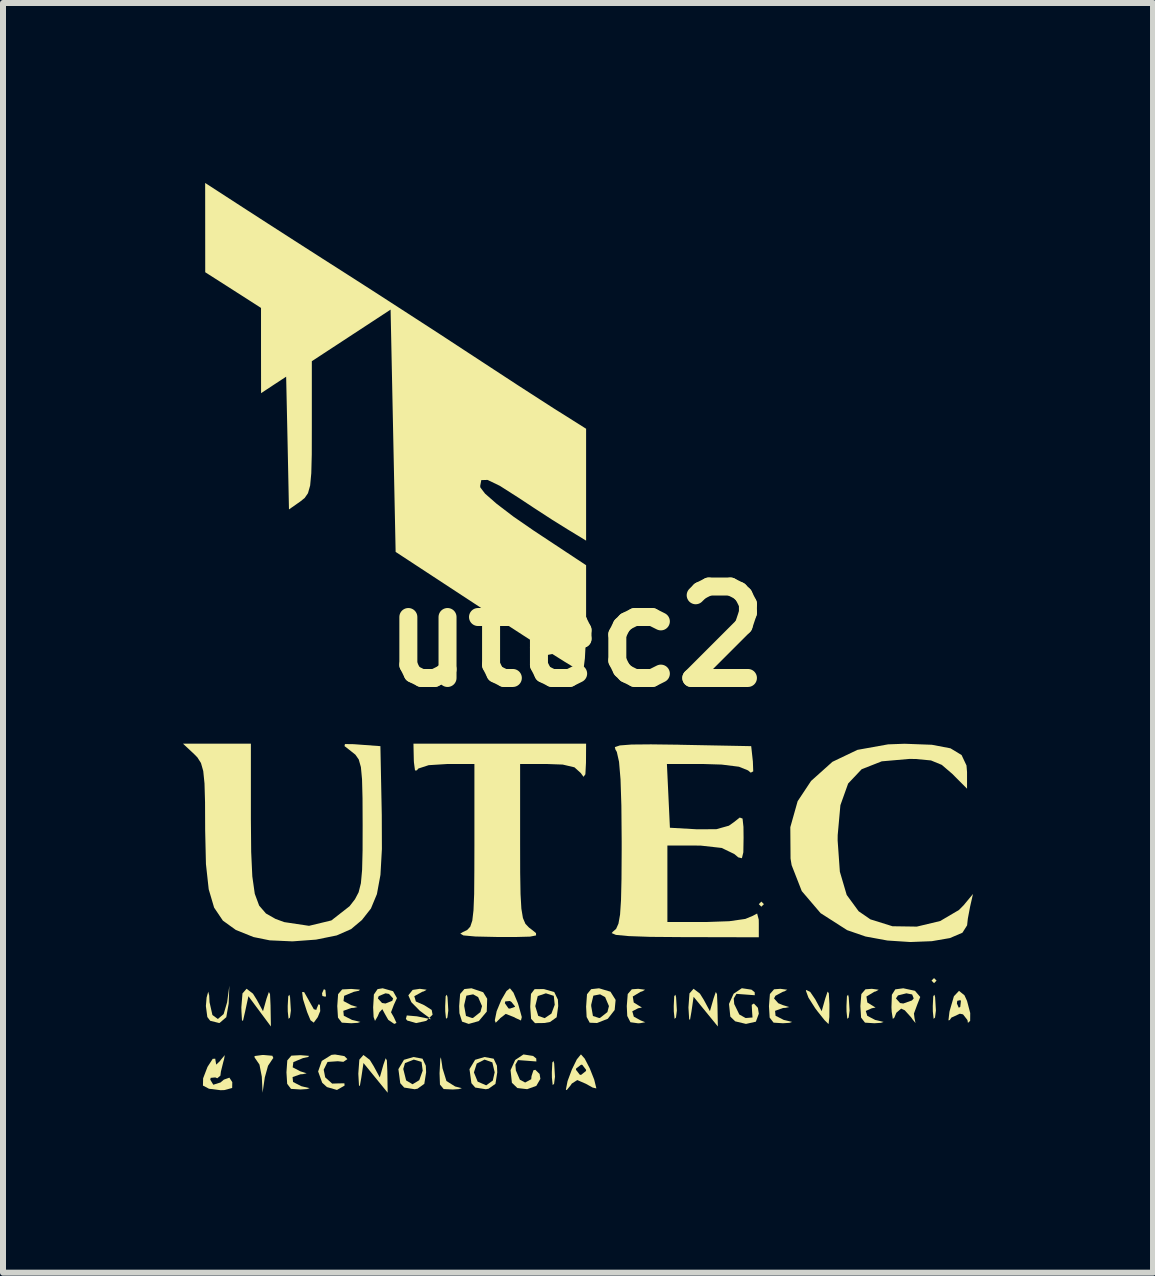
<source format=kicad_pcb>
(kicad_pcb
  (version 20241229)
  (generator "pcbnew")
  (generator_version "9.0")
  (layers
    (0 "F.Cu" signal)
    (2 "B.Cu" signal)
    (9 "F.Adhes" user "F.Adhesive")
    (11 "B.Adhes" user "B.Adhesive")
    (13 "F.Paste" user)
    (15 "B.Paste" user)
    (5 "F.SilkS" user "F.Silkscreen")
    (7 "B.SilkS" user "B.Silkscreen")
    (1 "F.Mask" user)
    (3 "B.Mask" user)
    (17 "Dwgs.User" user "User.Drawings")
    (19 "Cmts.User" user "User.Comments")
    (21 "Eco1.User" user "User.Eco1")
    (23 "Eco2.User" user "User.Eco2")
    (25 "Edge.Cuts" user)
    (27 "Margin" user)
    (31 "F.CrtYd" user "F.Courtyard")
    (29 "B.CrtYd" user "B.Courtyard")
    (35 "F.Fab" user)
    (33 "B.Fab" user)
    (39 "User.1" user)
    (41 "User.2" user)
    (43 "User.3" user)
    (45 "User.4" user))
  (footprint "utec2"
    (layer "F.Cu")
    (at 6.551 7.562)
    (property "Reference" "utec2" (at 0 0 0) (layer "F.SilkS") (effects (font (size 1.524 1.524) (thickness 0.3))))
    (attr board_only exclude_from_pos_files exclude_from_bom)
    (fp_poly (pts (xy -2.413 6.379) (xy -2.459 6.369) (xy -2.444 6.355)) (stroke (width 0) (type solid)) (fill yes) (layer "F.SilkS"))
    (fp_poly (pts (xy 3.133 4.46) (xy 3.09 4.502) (xy 3.048 4.46) (xy 3.09 4.417)) (stroke (width 0) (type solid)) (fill yes) (layer "F.SilkS"))
    (fp_poly (pts (xy 6.011 5.734) (xy 5.969 5.777) (xy 5.927 5.734) (xy 5.969 5.692)) (stroke (width 0) (type solid)) (fill yes) (layer "F.SilkS"))
    (fp_poly (pts (xy -4.177 5.89) (xy -4.167 5.991) (xy -4.177 6.003) (xy -4.227 5.991) (xy -4.233 5.946) (xy -4.202 5.877)) (stroke (width 0) (type solid)) (fill yes) (layer "F.SilkS"))
    (fp_poly (pts (xy -4.766 6.011) (xy -4.752 6.233) (xy -4.768 6.351) (xy -4.791 6.371) (xy -4.804 6.249) (xy -4.805 6.159) (xy -4.796 5.994) (xy -4.777 5.969)) (stroke (width 0) (type solid)) (fill yes) (layer "F.SilkS"))
    (fp_poly (pts (xy -2.656 6.329) (xy -2.653 6.329) (xy -2.459 6.369) (xy -2.495 6.405) (xy -2.665 6.442) (xy -2.812 6.4) (xy -2.835 6.373) (xy -2.82 6.315)) (stroke (width 0) (type solid)) (fill yes) (layer "F.SilkS"))
    (fp_poly (pts (xy -2.141 6.011) (xy -2.128 6.233) (xy -2.143 6.351) (xy -2.166 6.371) (xy -2.179 6.249) (xy -2.18 6.159) (xy -2.172 5.994) (xy -2.153 5.969)) (stroke (width 0) (type solid)) (fill yes) (layer "F.SilkS"))
    (fp_poly (pts (xy -0.363 7.116) (xy -0.35 7.337) (xy -0.365 7.455) (xy -0.388 7.475) (xy -0.401 7.353) (xy -0.402 7.263) (xy -0.394 7.099) (xy -0.375 7.074)) (stroke (width 0) (type solid)) (fill yes) (layer "F.SilkS"))
    (fp_poly (pts (xy 1.669 6.011) (xy 1.682 6.233) (xy 1.667 6.351) (xy 1.644 6.371) (xy 1.631 6.249) (xy 1.63 6.159) (xy 1.638 5.994) (xy 1.657 5.969)) (stroke (width 0) (type solid)) (fill yes) (layer "F.SilkS"))
    (fp_poly (pts (xy 4.547 6.011) (xy 4.561 6.233) (xy 4.546 6.351) (xy 4.523 6.371) (xy 4.51 6.249) (xy 4.509 6.159) (xy 4.517 5.994) (xy 4.536 5.969)) (stroke (width 0) (type solid)) (fill yes) (layer "F.SilkS"))
    (fp_poly (pts (xy 5.987 6.011) (xy 6 6.233) (xy 5.985 6.351) (xy 5.962 6.371) (xy 5.949 6.249) (xy 5.948 6.159) (xy 5.956 5.994) (xy 5.975 5.969)) (stroke (width 0) (type solid)) (fill yes) (layer "F.SilkS"))
    (fp_poly (pts (xy -5.061 6.987) (xy -5.044 7.026) (xy -5.051 7.031) (xy -5.133 7.154) (xy -5.187 7.348) (xy -5.224 7.603) (xy -5.237 7.334) (xy -5.276 7.134) (xy -5.352 7.023) (xy -5.355 7.022) (xy -5.359 6.992) (xy -5.227 6.974) (xy -5.207 6.974)) (stroke (width 0) (type solid)) (fill yes) (layer "F.SilkS"))
    (fp_poly (pts (xy -2.489 5.886) (xy -2.537 5.914) (xy -2.561 5.92) (xy -2.695 5.994) (xy -2.669 6.082) (xy -2.531 6.143) (xy -2.405 6.223) (xy -2.39 6.302) (xy -2.444 6.355) (xy -2.603 6.237) (xy -2.744 6.094) (xy -2.794 5.979) (xy -2.722 5.889) (xy -2.603 5.871)) (stroke (width 0) (type solid)) (fill yes) (layer "F.SilkS"))
    (fp_poly (pts (xy -2.233 7.134) (xy -2.225 7.194) (xy -2.159 7.408) (xy -2.014 7.499) (xy -2.006 7.501) (xy -1.902 7.528) (xy -1.954 7.543) (xy -2.053 7.549) (xy -2.205 7.542) (xy -2.267 7.467) (xy -2.274 7.277) (xy -2.272 7.242) (xy -2.262 7.046) (xy -2.252 7.012)) (stroke (width 0) (type solid)) (fill yes) (layer "F.SilkS"))
    (fp_poly (pts (xy -4.531 5.926) (xy -4.451 6.067) (xy -4.448 6.074) (xy -4.37 6.211) (xy -4.327 6.223) (xy -4.325 6.208) (xy -4.292 6.129) (xy -4.268 6.138) (xy -4.263 6.243) (xy -4.304 6.344) (xy -4.371 6.435) (xy -4.425 6.395) (xy -4.481 6.26) (xy -4.55 6.044) (xy -4.565 5.925)) (stroke (width 0) (type solid)) (fill yes) (layer "F.SilkS"))
    (fp_poly (pts (xy -5.789 6.116) (xy -5.829 6.344) (xy -5.938 6.438) (xy -5.948 6.441) (xy -6.097 6.404) (xy -6.145 6.341) (xy -6.169 6.158) (xy -6.157 6.016) (xy -6.13 5.919) (xy -6.114 5.98) (xy -6.108 6.095) (xy -6.06 6.308) (xy -5.969 6.374) (xy -5.873 6.292) (xy -5.815 6.095) (xy -5.778 5.819)) (stroke (width 0) (type solid)) (fill yes) (layer "F.SilkS"))
    (fp_poly (pts (xy -5.384 5.952) (xy -5.321 6.053) (xy -5.217 6.244) (xy -5.157 6.031) (xy -5.119 5.924) (xy -5.1 5.959) (xy -5.091 6.15) (xy -5.091 6.159) (xy -5.085 6.499) (xy -5.46 5.994) (xy -5.514 6.246) (xy -5.549 6.398) (xy -5.567 6.403) (xy -5.576 6.25) (xy -5.578 6.18) (xy -5.559 5.948) (xy -5.491 5.87)) (stroke (width 0) (type solid)) (fill yes) (layer "F.SilkS"))
    (fp_poly (pts (xy 3.904 5.922) (xy 3.988 6.045) (xy 4.096 6.244) (xy 4.156 6.031) (xy 4.195 5.917) (xy 4.215 5.945) (xy 4.225 6.129) (xy 4.225 6.138) (xy 4.224 6.342) (xy 4.212 6.451) (xy 4.207 6.456) (xy 4.145 6.395) (xy 4.024 6.243) (xy 3.988 6.195) (xy 3.875 6.017) (xy 3.833 5.903) (xy 3.838 5.89)) (stroke (width 0) (type solid)) (fill yes) (layer "F.SilkS"))
    (fp_poly (pts (xy -3.86 6.993) (xy -3.81 7.043) (xy -3.877 7.088) (xy -3.97 7.078) (xy -4.141 7.09) (xy -4.205 7.219) (xy -4.18 7.347) (xy -4.064 7.451) (xy -3.968 7.448) (xy -3.86 7.446) (xy -3.857 7.484) (xy -3.984 7.557) (xy -4.151 7.509) (xy -4.23 7.437) (xy -4.298 7.249) (xy -4.237 7.073) (xy -4.075 6.972) (xy -4.016 6.966)) (stroke (width 0) (type solid)) (fill yes) (layer "F.SilkS"))
    (fp_poly (pts (xy -3.437 7.055) (xy -3.374 7.157) (xy -3.27 7.348) (xy -3.21 7.136) (xy -3.172 7.028) (xy -3.152 7.064) (xy -3.144 7.255) (xy -3.144 7.263) (xy -3.139 7.603) (xy -3.34 7.356) (xy -3.542 7.108) (xy -3.579 7.356) (xy -3.603 7.493) (xy -3.617 7.48) (xy -3.627 7.307) (xy -3.628 7.284) (xy -3.611 7.052) (xy -3.543 6.974)) (stroke (width 0) (type solid)) (fill yes) (layer "F.SilkS"))
    (fp_poly (pts (xy 2.066 5.951) (xy 2.13 6.053) (xy 2.233 6.244) (xy 2.294 6.031) (xy 2.331 5.924) (xy 2.351 5.959) (xy 2.359 6.151) (xy 2.359 6.159) (xy 2.365 6.499) (xy 2.163 6.251) (xy 1.961 6.004) (xy 1.925 6.251) (xy 1.901 6.389) (xy 1.887 6.376) (xy 1.876 6.202) (xy 1.875 6.18) (xy 1.892 5.948) (xy 1.96 5.87)) (stroke (width 0) (type solid)) (fill yes) (layer "F.SilkS"))
    (fp_poly (pts (xy 1.152 5.886) (xy 1.104 5.914) (xy 1.079 5.92) (xy 0.947 5.999) (xy 0.963 6.099) (xy 1.037 6.145) (xy 1.1 6.183) (xy 1.037 6.195) (xy 0.939 6.245) (xy 0.964 6.335) (xy 1.079 6.398) (xy 1.155 6.428) (xy 1.068 6.444) (xy 1.037 6.446) (xy 0.908 6.428) (xy 0.855 6.324) (xy 0.847 6.159) (xy 0.863 5.958) (xy 0.931 5.879) (xy 1.037 5.871)) (stroke (width 0) (type solid)) (fill yes) (layer "F.SilkS"))
    (fp_poly (pts (xy 5.046 5.886) (xy 4.998 5.914) (xy 4.974 5.92) (xy 4.842 5.999) (xy 4.857 6.099) (xy 4.932 6.145) (xy 4.994 6.183) (xy 4.932 6.195) (xy 4.831 6.24) (xy 4.856 6.321) (xy 4.988 6.39) (xy 5.016 6.396) (xy 5.128 6.423) (xy 5.084 6.438) (xy 4.974 6.445) (xy 4.818 6.435) (xy 4.753 6.351) (xy 4.741 6.159) (xy 4.757 5.958) (xy 4.826 5.879) (xy 4.932 5.871)) (stroke (width 0) (type solid)) (fill yes) (layer "F.SilkS"))
    (fp_poly (pts (xy -4.448 6.989) (xy -4.464 7.007) (xy -4.551 7.026) (xy -4.711 7.093) (xy -4.722 7.18) (xy -4.593 7.247) (xy -4.489 7.279) (xy -4.549 7.293) (xy -4.593 7.296) (xy -4.724 7.342) (xy -4.716 7.424) (xy -4.579 7.494) (xy -4.551 7.501) (xy -4.439 7.527) (xy -4.484 7.542) (xy -4.593 7.549) (xy -4.75 7.539) (xy -4.814 7.455) (xy -4.826 7.263) (xy -4.812 7.064) (xy -4.744 6.985) (xy -4.593 6.977)) (stroke (width 0) (type solid)) (fill yes) (layer "F.SilkS"))
    (fp_poly (pts (xy -3.601 5.885) (xy -3.617 5.903) (xy -3.704 5.921) (xy -3.864 5.988) (xy -3.875 6.075) (xy -3.747 6.143) (xy -3.642 6.175) (xy -3.702 6.188) (xy -3.747 6.191) (xy -3.878 6.238) (xy -3.87 6.32) (xy -3.732 6.39) (xy -3.704 6.396) (xy -3.593 6.423) (xy -3.637 6.438) (xy -3.747 6.445) (xy -3.903 6.435) (xy -3.967 6.351) (xy -3.979 6.159) (xy -3.965 5.96) (xy -3.897 5.881) (xy -3.747 5.873)) (stroke (width 0) (type solid)) (fill yes) (layer "F.SilkS"))
    (fp_poly (pts (xy -2.558 7.036) (xy -2.503 7.153) (xy -2.498 7.263) (xy -2.528 7.455) (xy -2.641 7.536) (xy -2.689 7.545) (xy -2.864 7.517) (xy -2.929 7.444) (xy -2.96 7.21) (xy -2.958 7.207) (xy -2.879 7.207) (xy -2.831 7.398) (xy -2.724 7.462) (xy -2.612 7.394) (xy -2.555 7.235) (xy -2.574 7.089) (xy -2.703 7.051) (xy -2.85 7.109) (xy -2.879 7.207) (xy -2.958 7.207) (xy -2.867 7.054) (xy -2.708 7.008)) (stroke (width 0) (type solid)) (fill yes) (layer "F.SilkS"))
    (fp_poly (pts (xy -0.715 6.99) (xy -0.662 7.032) (xy -0.66 7.082) (xy -0.805 7.071) (xy -0.966 7.059) (xy -1.01 7.136) (xy -1.002 7.231) (xy -0.935 7.386) (xy -0.847 7.433) (xy -0.746 7.378) (xy -0.741 7.327) (xy -0.709 7.229) (xy -0.677 7.221) (xy -0.606 7.291) (xy -0.593 7.372) (xy -0.661 7.489) (xy -0.814 7.544) (xy -0.977 7.525) (xy -1.068 7.437) (xy -1.09 7.227) (xy -1.013 7.057) (xy -0.875 6.965)) (stroke (width 0) (type solid)) (fill yes) (layer "F.SilkS"))
    (fp_poly (pts (xy 2.925 5.885) (xy 2.979 5.928) (xy 2.981 5.978) (xy 2.835 5.967) (xy 2.675 5.955) (xy 2.63 6.032) (xy 2.638 6.125) (xy 2.723 6.299) (xy 2.828 6.358) (xy 2.943 6.349) (xy 2.936 6.252) (xy 2.93 6.138) (xy 2.966 6.116) (xy 3.033 6.188) (xy 3.048 6.286) (xy 2.999 6.419) (xy 2.834 6.456) (xy 2.654 6.413) (xy 2.573 6.334) (xy 2.551 6.123) (xy 2.628 5.953) (xy 2.765 5.861)) (stroke (width 0) (type solid)) (fill yes) (layer "F.SilkS"))
    (fp_poly (pts (xy -1.547 5.928) (xy -1.48 6.036) (xy -1.487 6.251) (xy -1.62 6.409) (xy -1.788 6.456) (xy -1.899 6.418) (xy -1.943 6.277) (xy -1.947 6.159) (xy -1.863 6.159) (xy -1.833 6.324) (xy -1.73 6.358) (xy -1.714 6.355) (xy -1.593 6.259) (xy -1.566 6.159) (xy -1.631 6.009) (xy -1.714 5.963) (xy -1.827 5.985) (xy -1.862 6.136) (xy -1.863 6.159) (xy -1.947 6.159) (xy -1.931 5.957) (xy -1.86 5.875) (xy -1.741 5.862)) (stroke (width 0) (type solid)) (fill yes) (layer "F.SilkS"))
    (fp_poly (pts (xy -1.372 7.036) (xy -1.317 7.153) (xy -1.312 7.263) (xy -1.342 7.455) (xy -1.456 7.536) (xy -1.503 7.545) (xy -1.679 7.517) (xy -1.743 7.444) (xy -1.767 7.265) (xy -1.701 7.265) (xy -1.639 7.417) (xy -1.637 7.419) (xy -1.496 7.48) (xy -1.386 7.4) (xy -1.355 7.263) (xy -1.394 7.097) (xy -1.524 7.051) (xy -1.654 7.117) (xy -1.701 7.265) (xy -1.767 7.265) (xy -1.775 7.21) (xy -1.681 7.054) (xy -1.523 7.008)) (stroke (width 0) (type solid)) (fill yes) (layer "F.SilkS"))
    (fp_poly (pts (xy 3.522 5.886) (xy 3.474 5.914) (xy 3.45 5.92) (xy 3.325 5.987) (xy 3.302 6.031) (xy 3.372 6.111) (xy 3.45 6.143) (xy 3.555 6.175) (xy 3.494 6.188) (xy 3.45 6.191) (xy 3.319 6.238) (xy 3.327 6.32) (xy 3.465 6.39) (xy 3.493 6.396) (xy 3.604 6.423) (xy 3.56 6.438) (xy 3.45 6.445) (xy 3.294 6.435) (xy 3.229 6.351) (xy 3.217 6.159) (xy 3.233 5.958) (xy 3.302 5.879) (xy 3.408 5.871)) (stroke (width 0) (type solid)) (fill yes) (layer "F.SilkS"))
    (fp_poly (pts (xy 0.575 5.919) (xy 0.661 6.056) (xy 0.645 6.224) (xy 0.531 6.37) (xy 0.351 6.441) (xy 0.229 6.436) (xy 0.178 6.341) (xy 0.169 6.165) (xy 0.17 6.159) (xy 0.254 6.159) (xy 0.283 6.324) (xy 0.387 6.358) (xy 0.402 6.355) (xy 0.524 6.259) (xy 0.55 6.159) (xy 0.486 6.009) (xy 0.402 5.963) (xy 0.29 5.985) (xy 0.254 6.136) (xy 0.254 6.159) (xy 0.17 6.159) (xy 0.184 5.961) (xy 0.253 5.877) (xy 0.384 5.862)) (stroke (width 0) (type solid)) (fill yes) (layer "F.SilkS"))
    (fp_poly (pts (xy 6.476 5.979) (xy 6.519 6.073) (xy 6.572 6.274) (xy 6.571 6.405) (xy 6.534 6.439) (xy 6.526 6.392) (xy 6.452 6.297) (xy 6.399 6.286) (xy 6.258 6.351) (xy 6.23 6.392) (xy 6.209 6.397) (xy 6.224 6.268) (xy 6.228 6.244) (xy 6.265 6.116) (xy 6.35 6.116) (xy 6.381 6.186) (xy 6.406 6.173) (xy 6.417 6.072) (xy 6.406 6.06) (xy 6.356 6.071) (xy 6.35 6.116) (xy 6.265 6.116) (xy 6.3 5.995) (xy 6.385 5.905)) (stroke (width 0) (type solid)) (fill yes) (layer "F.SilkS"))
    (fp_poly (pts (xy -1.042 5.934) (xy -0.968 6.112) (xy -0.955 6.154) (xy -0.903 6.342) (xy -0.917 6.399) (xy -1.008 6.357) (xy -1.028 6.345) (xy -1.171 6.289) (xy -1.266 6.363) (xy -1.271 6.371) (xy -1.338 6.437) (xy -1.353 6.396) (xy -1.322 6.244) (xy -1.267 6.111) (xy -1.185 6.111) (xy -1.124 6.198) (xy -1.101 6.201) (xy -1.018 6.172) (xy -1.016 6.164) (xy -1.075 6.091) (xy -1.101 6.074) (xy -1.179 6.081) (xy -1.185 6.111) (xy -1.267 6.111) (xy -1.245 6.058) (xy -1.158 5.908) (xy -1.101 5.862)) (stroke (width 0) (type solid)) (fill yes) (layer "F.SilkS"))
    (fp_poly (pts (xy -0.529 5.877) (xy -0.362 5.925) (xy -0.301 6.052) (xy -0.296 6.159) (xy -0.322 6.345) (xy -0.432 6.424) (xy -0.529 6.441) (xy -0.683 6.443) (xy -0.748 6.371) (xy -0.762 6.178) (xy -0.762 6.165) (xy -0.677 6.165) (xy -0.629 6.322) (xy -0.521 6.36) (xy -0.409 6.284) (xy -0.354 6.137) (xy -0.37 5.988) (xy -0.501 5.946) (xy -0.502 5.946) (xy -0.637 5.992) (xy -0.677 6.154) (xy -0.677 6.165) (xy -0.762 6.165) (xy -0.762 6.159) (xy -0.75 5.956) (xy -0.69 5.877) (xy -0.544 5.875)) (stroke (width 0) (type solid)) (fill yes) (layer "F.SilkS"))
    (fp_poly (pts (xy -5.867 7.05) (xy -5.876 7.079) (xy -5.919 7.252) (xy -5.927 7.318) (xy -5.979 7.362) (xy -6.011 7.348) (xy -6.089 7.355) (xy -6.096 7.386) (xy -6.045 7.47) (xy -5.925 7.432) (xy -5.87 7.385) (xy -5.777 7.352) (xy -5.729 7.427) (xy -5.731 7.524) (xy -5.861 7.559) (xy -5.924 7.561) (xy -6.117 7.537) (xy -6.218 7.484) (xy -6.215 7.363) (xy -6.143 7.175) (xy -6.138 7.166) (xy -6.055 7.038) (xy -6.012 7.036) (xy -6.011 7.051) (xy -5.997 7.135) (xy -5.935 7.076) (xy -5.917 7.051) (xy -5.854 6.976)) (stroke (width 0) (type solid)) (fill yes) (layer "F.SilkS"))
    (fp_poly (pts (xy 0.146 7.035) (xy 0.23 7.197) (xy 0.304 7.384) (xy 0.339 7.526) (xy 0.339 7.531) (xy 0.278 7.517) (xy 0.167 7.455) (xy 0.022 7.392) (xy -0.07 7.451) (xy -0.086 7.476) (xy -0.154 7.559) (xy -0.168 7.552) (xy -0.14 7.409) (xy -0.07 7.221) (xy 0 7.221) (xy 0.064 7.303) (xy 0.085 7.306) (xy 0.167 7.241) (xy 0.169 7.221) (xy 0.105 7.138) (xy 0.085 7.136) (xy 0.002 7.2) (xy 0 7.221) (xy -0.07 7.221) (xy -0.069 7.218) (xy 0.014 7.048) (xy 0.08 6.967) (xy 0.085 6.966)) (stroke (width 0) (type solid)) (fill yes) (layer "F.SilkS"))
    (fp_poly (pts (xy -3.049 5.911) (xy -2.984 6.026) (xy -3.036 6.139) (xy -3.083 6.262) (xy -3.036 6.344) (xy -2.992 6.44) (xy -3.029 6.456) (xy -3.129 6.388) (xy -3.175 6.308) (xy -3.228 6.21) (xy -3.277 6.263) (xy -3.305 6.329) (xy -3.35 6.406) (xy -3.373 6.341) (xy -3.381 6.18) (xy -3.372 6.031) (xy -3.302 6.031) (xy -3.233 6.107) (xy -3.175 6.116) (xy -3.062 6.071) (xy -3.048 6.031) (xy -3.117 5.956) (xy -3.175 5.946) (xy -3.288 5.992) (xy -3.302 6.031) (xy -3.372 6.031) (xy -3.369 5.966) (xy -3.307 5.876) (xy -3.222 5.862)) (stroke (width 0) (type solid)) (fill yes) (layer "F.SilkS"))
    (fp_poly (pts (xy 5.651 5.904) (xy 5.739 6.007) (xy 5.689 6.134) (xy 5.634 6.283) (xy 5.643 6.36) (xy 5.66 6.442) (xy 5.61 6.38) (xy 5.59 6.35) (xy 5.481 6.229) (xy 5.421 6.201) (xy 5.34 6.271) (xy 5.308 6.35) (xy 5.282 6.373) (xy 5.263 6.254) (xy 5.259 6.18) (xy 5.264 6.031) (xy 5.334 6.031) (xy 5.402 6.108) (xy 5.456 6.116) (xy 5.6 6.065) (xy 5.63 6.031) (xy 5.604 5.965) (xy 5.508 5.946) (xy 5.368 5.981) (xy 5.334 6.031) (xy 5.264 6.031) (xy 5.266 5.97) (xy 5.323 5.88) (xy 5.456 5.862)) (stroke (width 0) (type solid)) (fill yes) (layer "F.SilkS"))
    (fp_poly (pts (xy 0.167 2.103) (xy 0.157 2.295) (xy 0.126 2.337) (xy 0.078 2.272) (xy -0.025 2.179) (xy -0.22 2.133) (xy -0.47 2.124) (xy -0.931 2.124) (xy -0.931 3.436) (xy -0.93 3.935) (xy -0.924 4.293) (xy -0.91 4.535) (xy -0.884 4.691) (xy -0.843 4.787) (xy -0.783 4.85) (xy -0.743 4.88) (xy -0.666 4.942) (xy -0.665 4.981) (xy -0.766 5.001) (xy -0.991 5.007) (xy -1.315 5.007) (xy -1.675 4.999) (xy -1.876 4.981) (xy -1.928 4.951) (xy -1.884 4.924) (xy -1.813 4.89) (xy -1.762 4.835) (xy -1.728 4.734) (xy -1.708 4.562) (xy -1.697 4.291) (xy -1.694 3.897) (xy -1.693 3.486) (xy -1.693 2.124) (xy -2.152 2.124) (xy -2.455 2.143) (xy -2.627 2.199) (xy -2.653 2.23) (xy -2.683 2.231) (xy -2.701 2.096) (xy -2.703 2.06) (xy -2.709 1.784) (xy 0.169 1.784)) (stroke (width 0) (type solid)) (fill yes) (layer "F.SilkS"))
    (fp_poly (pts (xy 5.933 1.803) (xy 6.243 1.862) (xy 6.428 1.974) (xy 6.51 2.148) (xy 6.519 2.258) (xy 6.519 2.535) (xy 6.272 2.287) (xy 6.098 2.138) (xy 5.918 2.064) (xy 5.662 2.04) (xy 5.556 2.039) (xy 5.097 2.079) (xy 4.762 2.211) (xy 4.537 2.449) (xy 4.408 2.81) (xy 4.363 3.309) (xy 4.362 3.398) (xy 4.399 3.919) (xy 4.513 4.306) (xy 4.712 4.578) (xy 4.908 4.713) (xy 5.276 4.828) (xy 5.682 4.834) (xy 6.071 4.741) (xy 6.384 4.557) (xy 6.463 4.477) (xy 6.618 4.29) (xy 6.57 4.502) (xy 6.532 4.703) (xy 6.52 4.813) (xy 6.442 4.936) (xy 6.234 5.025) (xy 5.932 5.077) (xy 5.573 5.091) (xy 5.192 5.066) (xy 4.827 4.999) (xy 4.52 4.893) (xy 4.078 4.61) (xy 3.764 4.242) (xy 3.595 3.81) (xy 3.577 3.7) (xy 3.573 3.177) (xy 3.695 2.744) (xy 3.919 2.406) (xy 4.275 2.087) (xy 4.691 1.888) (xy 5.203 1.796) (xy 5.478 1.786)) (stroke (width 0) (type solid)) (fill yes) (layer "F.SilkS"))
    (fp_poly (pts (xy -5.419 3.039) (xy -5.414 3.59) (xy -5.395 3.997) (xy -5.354 4.287) (xy -5.281 4.484) (xy -5.168 4.615) (xy -5.008 4.706) (xy -4.863 4.759) (xy -4.45 4.821) (xy -4.077 4.731) (xy -3.775 4.495) (xy -3.773 4.493) (xy -3.684 4.378) (xy -3.623 4.262) (xy -3.585 4.111) (xy -3.565 3.89) (xy -3.557 3.565) (xy -3.556 3.141) (xy -3.558 2.691) (xy -3.566 2.379) (xy -3.585 2.175) (xy -3.621 2.048) (xy -3.677 1.968) (xy -3.747 1.912) (xy -3.858 1.825) (xy -3.851 1.791) (xy -3.706 1.793) (xy -3.598 1.801) (xy -3.26 1.826) (xy -3.237 2.973) (xy -3.235 3.542) (xy -3.259 3.971) (xy -3.318 4.292) (xy -3.418 4.533) (xy -3.569 4.725) (xy -3.749 4.876) (xy -3.988 4.981) (xy -4.333 5.051) (xy -4.726 5.08) (xy -5.105 5.063) (xy -5.376 5.008) (xy -5.671 4.889) (xy -5.886 4.734) (xy -6.032 4.517) (xy -6.122 4.212) (xy -6.168 3.792) (xy -6.181 3.23) (xy -6.181 3.213) (xy -6.183 2.762) (xy -6.192 2.449) (xy -6.213 2.241) (xy -6.251 2.107) (xy -6.311 2.013) (xy -6.366 1.957) (xy -6.551 1.784) (xy -5.419 1.784)) (stroke (width 0) (type solid)) (fill yes) (layer "F.SilkS"))
    (fp_poly (pts (xy 1.725 1.802) (xy 1.737 1.803) (xy 2.921 1.826) (xy 2.949 2.081) (xy 2.955 2.246) (xy 2.914 2.268) (xy 2.868 2.23) (xy 2.717 2.169) (xy 2.429 2.133) (xy 2.138 2.124) (xy 1.516 2.124) (xy 1.541 2.655) (xy 1.566 3.186) (xy 2.02 3.212) (xy 2.341 3.21) (xy 2.549 3.152) (xy 2.634 3.092) (xy 2.73 3.016) (xy 2.777 3.033) (xy 2.792 3.172) (xy 2.794 3.356) (xy 2.79 3.596) (xy 2.766 3.694) (xy 2.706 3.68) (xy 2.639 3.624) (xy 2.43 3.523) (xy 2.083 3.484) (xy 2.004 3.483) (xy 1.524 3.483) (xy 1.524 4.757) (xy 2.184 4.757) (xy 2.556 4.744) (xy 2.823 4.706) (xy 2.946 4.655) (xy 3.02 4.616) (xy 3.047 4.718) (xy 3.048 4.783) (xy 3.048 5.012) (xy 1.757 5.009) (xy 1.237 5.005) (xy 0.876 4.992) (xy 0.665 4.972) (xy 0.595 4.942) (xy 0.614 4.92) (xy 0.669 4.872) (xy 0.708 4.785) (xy 0.735 4.634) (xy 0.751 4.394) (xy 0.759 4.039) (xy 0.762 3.546) (xy 0.762 3.411) (xy 0.757 2.818) (xy 0.743 2.381) (xy 0.718 2.087) (xy 0.681 1.922) (xy 0.658 1.883) (xy 0.648 1.842) (xy 0.731 1.814) (xy 0.926 1.799) (xy 1.25 1.796)) (stroke (width 0) (type solid)) (fill yes) (layer "F.SilkS"))
    (fp_poly (pts (xy -5.482 -7.109) (xy -5.127 -6.88) (xy -4.687 -6.597) (xy -4.219 -6.297) (xy -3.81 -6.036) (xy -3.35 -5.741) (xy -2.815 -5.395) (xy -2.27 -5.042) (xy -1.783 -4.723) (xy -1.778 -4.72) (xy -1.361 -4.447) (xy -0.954 -4.181) (xy -0.596 -3.95) (xy -0.329 -3.778) (xy -0.275 -3.745) (xy 0.169 -3.465) (xy 0.169 -1.6) (xy -0.148 -1.793) (xy -0.392 -1.945) (xy -0.7 -2.145) (xy -0.948 -2.309) (xy -1.268 -2.513) (xy -1.473 -2.612) (xy -1.578 -2.609) (xy -1.597 -2.51) (xy -1.593 -2.485) (xy -1.515 -2.383) (xy -1.322 -2.214) (xy -1.043 -2.001) (xy -0.707 -1.769) (xy -0.698 -1.763) (xy 0.169 -1.19) (xy 0.169 -0.298) (xy 0.164 0.068) (xy 0.149 0.361) (xy 0.126 0.545) (xy 0.106 0.591) (xy 0.019 0.545) (xy -0.187 0.42) (xy -0.492 0.228) (xy -0.873 -0.017) (xy -1.31 -0.3) (xy -1.482 -0.413) (xy -3.006 -1.412) (xy -3.09 -5.451) (xy -4.403 -4.591) (xy -4.403 -3.489) (xy -4.404 -3.037) (xy -4.412 -2.724) (xy -4.431 -2.519) (xy -4.467 -2.391) (xy -4.522 -2.311) (xy -4.593 -2.254) (xy -4.784 -2.12) (xy -4.807 -3.227) (xy -4.831 -4.333) (xy -5.04 -4.196) (xy -5.249 -4.058) (xy -5.25 -4.769) (xy -5.25 -5.479) (xy -5.715 -5.777) (xy -6.18 -6.074) (xy -6.181 -7.562)) (stroke (width 0) (type solid)) (fill yes) (layer "F.SilkS")))
  (gr_rect
    (start -3 -3)
    (end 16.17 18.165)
    (stroke (width 0.1) (type default))
    (fill no)
    (layer "Edge.Cuts")))
</source>
